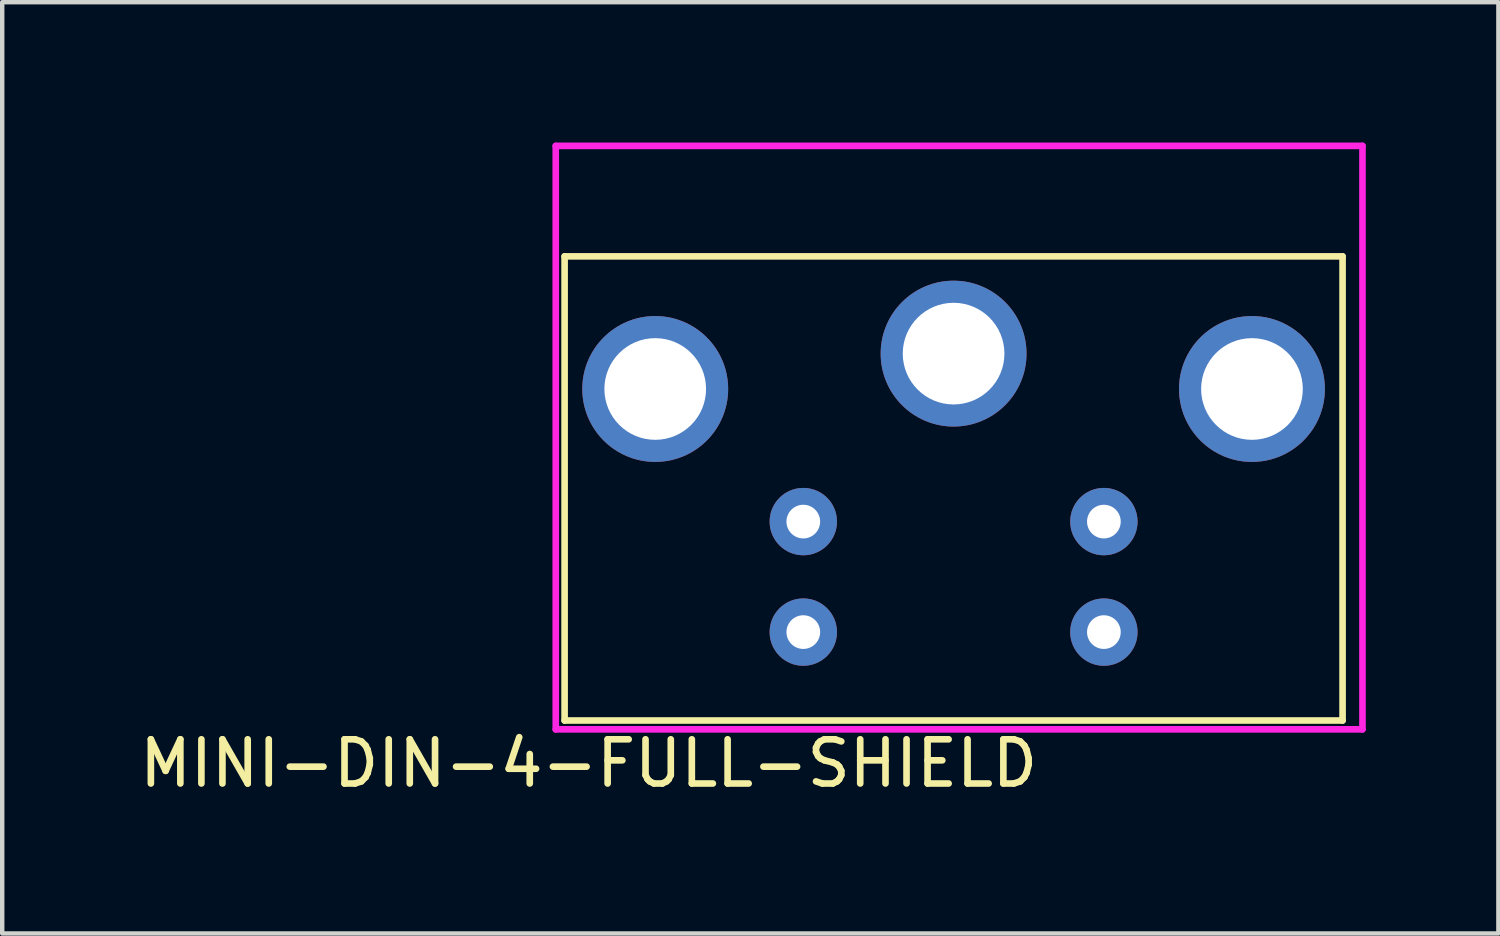
<source format=kicad_pcb>
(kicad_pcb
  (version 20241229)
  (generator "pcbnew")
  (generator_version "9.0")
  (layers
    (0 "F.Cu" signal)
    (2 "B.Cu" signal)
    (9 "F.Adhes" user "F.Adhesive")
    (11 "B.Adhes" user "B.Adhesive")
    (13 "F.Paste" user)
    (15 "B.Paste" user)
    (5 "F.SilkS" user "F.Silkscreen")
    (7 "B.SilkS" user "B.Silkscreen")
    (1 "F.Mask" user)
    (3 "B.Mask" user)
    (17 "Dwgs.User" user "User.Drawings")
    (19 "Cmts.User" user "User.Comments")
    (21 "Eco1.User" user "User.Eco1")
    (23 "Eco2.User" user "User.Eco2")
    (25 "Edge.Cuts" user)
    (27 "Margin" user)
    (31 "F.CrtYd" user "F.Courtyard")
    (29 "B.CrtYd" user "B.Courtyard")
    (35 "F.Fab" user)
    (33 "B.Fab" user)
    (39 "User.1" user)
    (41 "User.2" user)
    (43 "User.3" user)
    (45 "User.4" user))
  (footprint "MINI-DIN-4-FULL-SHIELD"
    (layer "F.Cu")
    (at 18.523 0.25)
    (property "Reference" "MINI-DIN-4-FULL-SHIELD" (at -8.255 13.97 0) (layer "F.SilkS") (effects (font (size 1 1) (thickness 0.15))))
    (attr through_hole)
    (fp_line (start -8.8 2.5) (end 8.8 2.5) (stroke (width 0.15) (type solid)) (layer "F.SilkS"))
    (fp_line (start -8.8 13) (end -8.8 2.5) (stroke (width 0.15) (type solid)) (layer "F.SilkS"))
    (fp_line (start 8.8 2.5) (end 8.8 13) (stroke (width 0.15) (type solid)) (layer "F.SilkS"))
    (fp_line (start 8.8 13) (end -8.8 13) (stroke (width 0.15) (type solid)) (layer "F.SilkS"))
    (fp_line (start -9 0) (end 9.25 0) (stroke (width 0.15) (type solid)) (layer "F.CrtYd"))
    (fp_line (start -9 13.2) (end -9 0) (stroke (width 0.15) (type solid)) (layer "F.CrtYd"))
    (fp_line (start 9.25 0) (end 9.25 13.2) (stroke (width 0.15) (type solid)) (layer "F.CrtYd"))
    (fp_line (start 9.25 13.2) (end -9 13.2) (stroke (width 0.15) (type solid)) (layer "F.CrtYd"))
    (pad "1" thru_hole circle (at 3.4 11) (size 1.524 1.524) (drill 0.762) (layers "*.Cu" "*.Mask"))
    (pad "2" thru_hole circle (at -3.4 11) (size 1.524 1.524) (drill 0.762) (layers "*.Cu" "*.Mask"))
    (pad "3" thru_hole circle (at -3.4 8.5) (size 1.524 1.524) (drill 0.762) (layers "*.Cu" "*.Mask"))
    (pad "4" thru_hole circle (at 3.4 8.5) (size 1.524 1.524) (drill 0.762) (layers "*.Cu" "*.Mask"))
    (pad "5" thru_hole circle (at -6.75 5.5) (size 3.3 3.3) (drill 2.3) (layers "*.Cu" "*.Mask"))
    (pad "5" thru_hole circle (at 0 4.7) (size 3.3 3.3) (drill 2.3) (layers "*.Cu" "*.Mask"))
    (pad "5" thru_hole circle (at 6.75 5.5) (size 3.3 3.3) (drill 2.3) (layers "*.Cu" "*.Mask")))
  (gr_rect
    (start -3 -3)
    (end 30.848 18.068)
    (stroke (width 0.1) (type default))
    (fill no)
    (layer "Edge.Cuts")))
</source>
